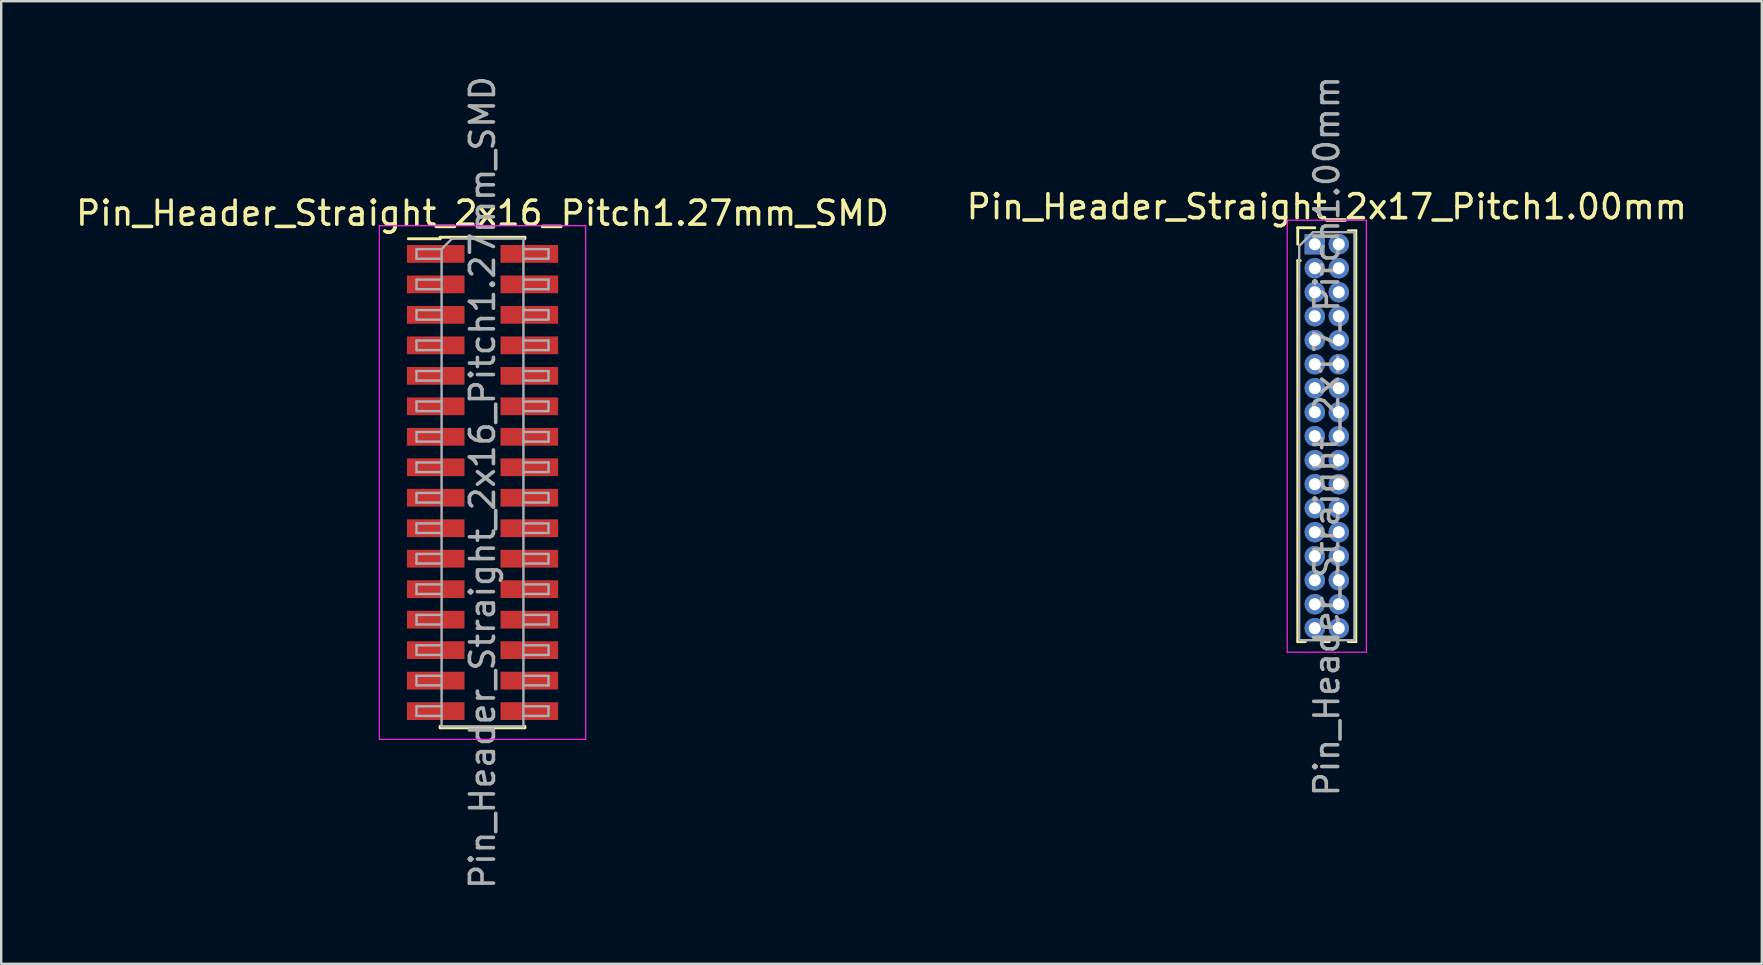
<source format=kicad_pcb>
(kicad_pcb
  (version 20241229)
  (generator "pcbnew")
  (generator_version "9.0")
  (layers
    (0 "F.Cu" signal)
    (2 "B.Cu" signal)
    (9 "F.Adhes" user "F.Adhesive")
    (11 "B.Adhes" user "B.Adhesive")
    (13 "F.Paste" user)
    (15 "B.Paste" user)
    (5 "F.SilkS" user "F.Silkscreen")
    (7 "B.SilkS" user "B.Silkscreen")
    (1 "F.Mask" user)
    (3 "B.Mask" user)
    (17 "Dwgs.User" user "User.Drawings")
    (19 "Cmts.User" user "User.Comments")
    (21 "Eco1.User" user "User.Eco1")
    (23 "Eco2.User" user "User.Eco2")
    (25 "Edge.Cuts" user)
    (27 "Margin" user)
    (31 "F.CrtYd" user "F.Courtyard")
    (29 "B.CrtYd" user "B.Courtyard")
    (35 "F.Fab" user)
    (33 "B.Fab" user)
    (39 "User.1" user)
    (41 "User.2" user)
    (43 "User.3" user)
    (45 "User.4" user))
  (footprint "Pin_Header_Straight_2x17_Pitch1.00mm"
    (layer "F.Cu")
    (at 51.732 7.125)
    (property "Reference" "Pin_Header_Straight_2x17_Pitch1.00mm" (at 0.5 -1.56 0) (layer "F.SilkS") (effects (font (size 1 1) (thickness 0.15))))
    (attr through_hole)
    (fp_line (start -0.71 -0.685) (end 0 -0.685) (stroke (width 0.12) (type solid)) (layer "F.SilkS"))
    (fp_line (start -0.71 0) (end -0.71 -0.685) (stroke (width 0.12) (type solid)) (layer "F.SilkS"))
    (fp_line (start -0.71 0.685) (end -0.71 16.56) (stroke (width 0.12) (type solid)) (layer "F.SilkS"))
    (fp_line (start -0.71 0.685) (end -0.608 0.685) (stroke (width 0.12) (type solid)) (layer "F.SilkS"))
    (fp_line (start -0.71 16.56) (end -0.394 16.56) (stroke (width 0.12) (type solid)) (layer "F.SilkS"))
    (fp_line (start 0.394 16.56) (end 0.606 16.56) (stroke (width 0.12) (type solid)) (layer "F.SilkS"))
    (fp_line (start 1.394 -0.56) (end 1.71 -0.56) (stroke (width 0.12) (type solid)) (layer "F.SilkS"))
    (fp_line (start 1.394 16.56) (end 1.71 16.56) (stroke (width 0.12) (type solid)) (layer "F.SilkS"))
    (fp_line (start 1.71 -0.56) (end 1.71 16.56) (stroke (width 0.12) (type solid)) (layer "F.SilkS"))
    (fp_line (start -1.15 -1) (end -1.15 17) (stroke (width 0.05) (type solid)) (layer "F.CrtYd"))
    (fp_line (start -1.15 17) (end 2.15 17) (stroke (width 0.05) (type solid)) (layer "F.CrtYd"))
    (fp_line (start 2.15 -1) (end -1.15 -1) (stroke (width 0.05) (type solid)) (layer "F.CrtYd"))
    (fp_line (start 2.15 17) (end 2.15 -1) (stroke (width 0.05) (type solid)) (layer "F.CrtYd"))
    (fp_line (start -0.65 0.075) (end -0.075 -0.5) (stroke (width 0.1) (type solid)) (layer "F.Fab"))
    (fp_line (start -0.65 16.5) (end -0.65 0.075) (stroke (width 0.1) (type solid)) (layer "F.Fab"))
    (fp_line (start -0.075 -0.5) (end 1.65 -0.5) (stroke (width 0.1) (type solid)) (layer "F.Fab"))
    (fp_line (start 1.65 -0.5) (end 1.65 16.5) (stroke (width 0.1) (type solid)) (layer "F.Fab"))
    (fp_line (start 1.65 16.5) (end -0.65 16.5) (stroke (width 0.1) (type solid)) (layer "F.Fab"))
    (fp_text user "${REFERENCE}" (at 0.5 8 90) (layer "F.Fab") (effects (font (size 1 1) (thickness 0.15))))
    (pad "1" thru_hole rect (at 0 0) (size 0.85 0.85) (drill 0.5) (layers "*.Cu" "*.Mask"))
    (pad "2" thru_hole oval (at 1 0) (size 0.85 0.85) (drill 0.5) (layers "*.Cu" "*.Mask"))
    (pad "3" thru_hole oval (at 0 1) (size 0.85 0.85) (drill 0.5) (layers "*.Cu" "*.Mask"))
    (pad "4" thru_hole oval (at 1 1) (size 0.85 0.85) (drill 0.5) (layers "*.Cu" "*.Mask"))
    (pad "5" thru_hole oval (at 0 2) (size 0.85 0.85) (drill 0.5) (layers "*.Cu" "*.Mask"))
    (pad "6" thru_hole oval (at 1 2) (size 0.85 0.85) (drill 0.5) (layers "*.Cu" "*.Mask"))
    (pad "7" thru_hole oval (at 0 3) (size 0.85 0.85) (drill 0.5) (layers "*.Cu" "*.Mask"))
    (pad "8" thru_hole oval (at 1 3) (size 0.85 0.85) (drill 0.5) (layers "*.Cu" "*.Mask"))
    (pad "9" thru_hole oval (at 0 4) (size 0.85 0.85) (drill 0.5) (layers "*.Cu" "*.Mask"))
    (pad "10" thru_hole oval (at 1 4) (size 0.85 0.85) (drill 0.5) (layers "*.Cu" "*.Mask"))
    (pad "11" thru_hole oval (at 0 5) (size 0.85 0.85) (drill 0.5) (layers "*.Cu" "*.Mask"))
    (pad "12" thru_hole oval (at 1 5) (size 0.85 0.85) (drill 0.5) (layers "*.Cu" "*.Mask"))
    (pad "13" thru_hole oval (at 0 6) (size 0.85 0.85) (drill 0.5) (layers "*.Cu" "*.Mask"))
    (pad "14" thru_hole oval (at 1 6) (size 0.85 0.85) (drill 0.5) (layers "*.Cu" "*.Mask"))
    (pad "15" thru_hole oval (at 0 7) (size 0.85 0.85) (drill 0.5) (layers "*.Cu" "*.Mask"))
    (pad "16" thru_hole oval (at 1 7) (size 0.85 0.85) (drill 0.5) (layers "*.Cu" "*.Mask"))
    (pad "17" thru_hole oval (at 0 8) (size 0.85 0.85) (drill 0.5) (layers "*.Cu" "*.Mask"))
    (pad "18" thru_hole oval (at 1 8) (size 0.85 0.85) (drill 0.5) (layers "*.Cu" "*.Mask"))
    (pad "19" thru_hole oval (at 0 9) (size 0.85 0.85) (drill 0.5) (layers "*.Cu" "*.Mask"))
    (pad "20" thru_hole oval (at 1 9) (size 0.85 0.85) (drill 0.5) (layers "*.Cu" "*.Mask"))
    (pad "21" thru_hole oval (at 0 10) (size 0.85 0.85) (drill 0.5) (layers "*.Cu" "*.Mask"))
    (pad "22" thru_hole oval (at 1 10) (size 0.85 0.85) (drill 0.5) (layers "*.Cu" "*.Mask"))
    (pad "23" thru_hole oval (at 0 11) (size 0.85 0.85) (drill 0.5) (layers "*.Cu" "*.Mask"))
    (pad "24" thru_hole oval (at 1 11) (size 0.85 0.85) (drill 0.5) (layers "*.Cu" "*.Mask"))
    (pad "25" thru_hole oval (at 0 12) (size 0.85 0.85) (drill 0.5) (layers "*.Cu" "*.Mask"))
    (pad "26" thru_hole oval (at 1 12) (size 0.85 0.85) (drill 0.5) (layers "*.Cu" "*.Mask"))
    (pad "27" thru_hole oval (at 0 13) (size 0.85 0.85) (drill 0.5) (layers "*.Cu" "*.Mask"))
    (pad "28" thru_hole oval (at 1 13) (size 0.85 0.85) (drill 0.5) (layers "*.Cu" "*.Mask"))
    (pad "29" thru_hole oval (at 0 14) (size 0.85 0.85) (drill 0.5) (layers "*.Cu" "*.Mask"))
    (pad "30" thru_hole oval (at 1 14) (size 0.85 0.85) (drill 0.5) (layers "*.Cu" "*.Mask"))
    (pad "31" thru_hole oval (at 0 15) (size 0.85 0.85) (drill 0.5) (layers "*.Cu" "*.Mask"))
    (pad "32" thru_hole oval (at 1 15) (size 0.85 0.85) (drill 0.5) (layers "*.Cu" "*.Mask"))
    (pad "33" thru_hole oval (at 0 16) (size 0.85 0.85) (drill 0.5) (layers "*.Cu" "*.Mask"))
    (pad "34" thru_hole oval (at 1 16) (size 0.85 0.85) (drill 0.5) (layers "*.Cu" "*.Mask")))
  (footprint "Pin_Header_Straight_2x16_Pitch1.27mm_SMD"
    (layer "F.Cu")
    (at 17.054 17.054)
    (property "Reference" "Pin_Header_Straight_2x16_Pitch1.27mm_SMD" (at 0 -11.22 0) (layer "F.SilkS") (effects (font (size 1 1) (thickness 0.15))))
    (attr smd)
    (fp_line (start -3.09 -10.155) (end -1.765 -10.155) (stroke (width 0.12) (type solid)) (layer "F.SilkS"))
    (fp_line (start -1.765 -10.22) (end -1.765 -10.155) (stroke (width 0.12) (type solid)) (layer "F.SilkS"))
    (fp_line (start -1.765 -10.22) (end 1.765 -10.22) (stroke (width 0.12) (type solid)) (layer "F.SilkS"))
    (fp_line (start -1.765 10.155) (end -1.765 10.22) (stroke (width 0.12) (type solid)) (layer "F.SilkS"))
    (fp_line (start -1.765 10.22) (end 1.765 10.22) (stroke (width 0.12) (type solid)) (layer "F.SilkS"))
    (fp_line (start 1.765 -10.22) (end 1.765 -10.155) (stroke (width 0.12) (type solid)) (layer "F.SilkS"))
    (fp_line (start 1.765 10.155) (end 1.765 10.22) (stroke (width 0.12) (type solid)) (layer "F.SilkS"))
    (fp_line (start -4.3 -10.7) (end -4.3 10.7) (stroke (width 0.05) (type solid)) (layer "F.CrtYd"))
    (fp_line (start -4.3 10.7) (end 4.3 10.7) (stroke (width 0.05) (type solid)) (layer "F.CrtYd"))
    (fp_line (start 4.3 -10.7) (end -4.3 -10.7) (stroke (width 0.05) (type solid)) (layer "F.CrtYd"))
    (fp_line (start 4.3 10.7) (end 4.3 -10.7) (stroke (width 0.05) (type solid)) (layer "F.CrtYd"))
    (fp_line (start -2.75 -9.725) (end -2.75 -9.325) (stroke (width 0.1) (type solid)) (layer "F.Fab"))
    (fp_line (start -2.75 -9.325) (end -1.705 -9.325) (stroke (width 0.1) (type solid)) (layer "F.Fab"))
    (fp_line (start -2.75 -8.455) (end -2.75 -8.055) (stroke (width 0.1) (type solid)) (layer "F.Fab"))
    (fp_line (start -2.75 -8.055) (end -1.705 -8.055) (stroke (width 0.1) (type solid)) (layer "F.Fab"))
    (fp_line (start -2.75 -7.185) (end -2.75 -6.785) (stroke (width 0.1) (type solid)) (layer "F.Fab"))
    (fp_line (start -2.75 -6.785) (end -1.705 -6.785) (stroke (width 0.1) (type solid)) (layer "F.Fab"))
    (fp_line (start -2.75 -5.915) (end -2.75 -5.515) (stroke (width 0.1) (type solid)) (layer "F.Fab"))
    (fp_line (start -2.75 -5.515) (end -1.705 -5.515) (stroke (width 0.1) (type solid)) (layer "F.Fab"))
    (fp_line (start -2.75 -4.645) (end -2.75 -4.245) (stroke (width 0.1) (type solid)) (layer "F.Fab"))
    (fp_line (start -2.75 -4.245) (end -1.705 -4.245) (stroke (width 0.1) (type solid)) (layer "F.Fab"))
    (fp_line (start -2.75 -3.375) (end -2.75 -2.975) (stroke (width 0.1) (type solid)) (layer "F.Fab"))
    (fp_line (start -2.75 -2.975) (end -1.705 -2.975) (stroke (width 0.1) (type solid)) (layer "F.Fab"))
    (fp_line (start -2.75 -2.105) (end -2.75 -1.705) (stroke (width 0.1) (type solid)) (layer "F.Fab"))
    (fp_line (start -2.75 -1.705) (end -1.705 -1.705) (stroke (width 0.1) (type solid)) (layer "F.Fab"))
    (fp_line (start -2.75 -0.835) (end -2.75 -0.435) (stroke (width 0.1) (type solid)) (layer "F.Fab"))
    (fp_line (start -2.75 -0.435) (end -1.705 -0.435) (stroke (width 0.1) (type solid)) (layer "F.Fab"))
    (fp_line (start -2.75 0.435) (end -2.75 0.835) (stroke (width 0.1) (type solid)) (layer "F.Fab"))
    (fp_line (start -2.75 0.835) (end -1.705 0.835) (stroke (width 0.1) (type solid)) (layer "F.Fab"))
    (fp_line (start -2.75 1.705) (end -2.75 2.105) (stroke (width 0.1) (type solid)) (layer "F.Fab"))
    (fp_line (start -2.75 2.105) (end -1.705 2.105) (stroke (width 0.1) (type solid)) (layer "F.Fab"))
    (fp_line (start -2.75 2.975) (end -2.75 3.375) (stroke (width 0.1) (type solid)) (layer "F.Fab"))
    (fp_line (start -2.75 3.375) (end -1.705 3.375) (stroke (width 0.1) (type solid)) (layer "F.Fab"))
    (fp_line (start -2.75 4.245) (end -2.75 4.645) (stroke (width 0.1) (type solid)) (layer "F.Fab"))
    (fp_line (start -2.75 4.645) (end -1.705 4.645) (stroke (width 0.1) (type solid)) (layer "F.Fab"))
    (fp_line (start -2.75 5.515) (end -2.75 5.915) (stroke (width 0.1) (type solid)) (layer "F.Fab"))
    (fp_line (start -2.75 5.915) (end -1.705 5.915) (stroke (width 0.1) (type solid)) (layer "F.Fab"))
    (fp_line (start -2.75 6.785) (end -2.75 7.185) (stroke (width 0.1) (type solid)) (layer "F.Fab"))
    (fp_line (start -2.75 7.185) (end -1.705 7.185) (stroke (width 0.1) (type solid)) (layer "F.Fab"))
    (fp_line (start -2.75 8.055) (end -2.75 8.455) (stroke (width 0.1) (type solid)) (layer "F.Fab"))
    (fp_line (start -2.75 8.455) (end -1.705 8.455) (stroke (width 0.1) (type solid)) (layer "F.Fab"))
    (fp_line (start -2.75 9.325) (end -2.75 9.725) (stroke (width 0.1) (type solid)) (layer "F.Fab"))
    (fp_line (start -2.75 9.725) (end -1.705 9.725) (stroke (width 0.1) (type solid)) (layer "F.Fab"))
    (fp_line (start -1.705 -9.725) (end -2.75 -9.725) (stroke (width 0.1) (type solid)) (layer "F.Fab"))
    (fp_line (start -1.705 -9.725) (end -1.27 -10.16) (stroke (width 0.1) (type solid)) (layer "F.Fab"))
    (fp_line (start -1.705 -8.455) (end -2.75 -8.455) (stroke (width 0.1) (type solid)) (layer "F.Fab"))
    (fp_line (start -1.705 -7.185) (end -2.75 -7.185) (stroke (width 0.1) (type solid)) (layer "F.Fab"))
    (fp_line (start -1.705 -5.915) (end -2.75 -5.915) (stroke (width 0.1) (type solid)) (layer "F.Fab"))
    (fp_line (start -1.705 -4.645) (end -2.75 -4.645) (stroke (width 0.1) (type solid)) (layer "F.Fab"))
    (fp_line (start -1.705 -3.375) (end -2.75 -3.375) (stroke (width 0.1) (type solid)) (layer "F.Fab"))
    (fp_line (start -1.705 -2.105) (end -2.75 -2.105) (stroke (width 0.1) (type solid)) (layer "F.Fab"))
    (fp_line (start -1.705 -0.835) (end -2.75 -0.835) (stroke (width 0.1) (type solid)) (layer "F.Fab"))
    (fp_line (start -1.705 0.435) (end -2.75 0.435) (stroke (width 0.1) (type solid)) (layer "F.Fab"))
    (fp_line (start -1.705 1.705) (end -2.75 1.705) (stroke (width 0.1) (type solid)) (layer "F.Fab"))
    (fp_line (start -1.705 2.975) (end -2.75 2.975) (stroke (width 0.1) (type solid)) (layer "F.Fab"))
    (fp_line (start -1.705 4.245) (end -2.75 4.245) (stroke (width 0.1) (type solid)) (layer "F.Fab"))
    (fp_line (start -1.705 5.515) (end -2.75 5.515) (stroke (width 0.1) (type solid)) (layer "F.Fab"))
    (fp_line (start -1.705 6.785) (end -2.75 6.785) (stroke (width 0.1) (type solid)) (layer "F.Fab"))
    (fp_line (start -1.705 8.055) (end -2.75 8.055) (stroke (width 0.1) (type solid)) (layer "F.Fab"))
    (fp_line (start -1.705 9.325) (end -2.75 9.325) (stroke (width 0.1) (type solid)) (layer "F.Fab"))
    (fp_line (start -1.705 10.16) (end -1.705 -9.725) (stroke (width 0.1) (type solid)) (layer "F.Fab"))
    (fp_line (start -1.27 -10.16) (end 1.705 -10.16) (stroke (width 0.1) (type solid)) (layer "F.Fab"))
    (fp_line (start 1.705 -10.16) (end 1.705 10.16) (stroke (width 0.1) (type solid)) (layer "F.Fab"))
    (fp_line (start 1.705 -9.725) (end 2.75 -9.725) (stroke (width 0.1) (type solid)) (layer "F.Fab"))
    (fp_line (start 1.705 -8.455) (end 2.75 -8.455) (stroke (width 0.1) (type solid)) (layer "F.Fab"))
    (fp_line (start 1.705 -7.185) (end 2.75 -7.185) (stroke (width 0.1) (type solid)) (layer "F.Fab"))
    (fp_line (start 1.705 -5.915) (end 2.75 -5.915) (stroke (width 0.1) (type solid)) (layer "F.Fab"))
    (fp_line (start 1.705 -4.645) (end 2.75 -4.645) (stroke (width 0.1) (type solid)) (layer "F.Fab"))
    (fp_line (start 1.705 -3.375) (end 2.75 -3.375) (stroke (width 0.1) (type solid)) (layer "F.Fab"))
    (fp_line (start 1.705 -2.105) (end 2.75 -2.105) (stroke (width 0.1) (type solid)) (layer "F.Fab"))
    (fp_line (start 1.705 -0.835) (end 2.75 -0.835) (stroke (width 0.1) (type solid)) (layer "F.Fab"))
    (fp_line (start 1.705 0.435) (end 2.75 0.435) (stroke (width 0.1) (type solid)) (layer "F.Fab"))
    (fp_line (start 1.705 1.705) (end 2.75 1.705) (stroke (width 0.1) (type solid)) (layer "F.Fab"))
    (fp_line (start 1.705 2.975) (end 2.75 2.975) (stroke (width 0.1) (type solid)) (layer "F.Fab"))
    (fp_line (start 1.705 4.245) (end 2.75 4.245) (stroke (width 0.1) (type solid)) (layer "F.Fab"))
    (fp_line (start 1.705 5.515) (end 2.75 5.515) (stroke (width 0.1) (type solid)) (layer "F.Fab"))
    (fp_line (start 1.705 6.785) (end 2.75 6.785) (stroke (width 0.1) (type solid)) (layer "F.Fab"))
    (fp_line (start 1.705 8.055) (end 2.75 8.055) (stroke (width 0.1) (type solid)) (layer "F.Fab"))
    (fp_line (start 1.705 9.325) (end 2.75 9.325) (stroke (width 0.1) (type solid)) (layer "F.Fab"))
    (fp_line (start 1.705 10.16) (end -1.705 10.16) (stroke (width 0.1) (type solid)) (layer "F.Fab"))
    (fp_line (start 2.75 -9.725) (end 2.75 -9.325) (stroke (width 0.1) (type solid)) (layer "F.Fab"))
    (fp_line (start 2.75 -9.325) (end 1.705 -9.325) (stroke (width 0.1) (type solid)) (layer "F.Fab"))
    (fp_line (start 2.75 -8.455) (end 2.75 -8.055) (stroke (width 0.1) (type solid)) (layer "F.Fab"))
    (fp_line (start 2.75 -8.055) (end 1.705 -8.055) (stroke (width 0.1) (type solid)) (layer "F.Fab"))
    (fp_line (start 2.75 -7.185) (end 2.75 -6.785) (stroke (width 0.1) (type solid)) (layer "F.Fab"))
    (fp_line (start 2.75 -6.785) (end 1.705 -6.785) (stroke (width 0.1) (type solid)) (layer "F.Fab"))
    (fp_line (start 2.75 -5.915) (end 2.75 -5.515) (stroke (width 0.1) (type solid)) (layer "F.Fab"))
    (fp_line (start 2.75 -5.515) (end 1.705 -5.515) (stroke (width 0.1) (type solid)) (layer "F.Fab"))
    (fp_line (start 2.75 -4.645) (end 2.75 -4.245) (stroke (width 0.1) (type solid)) (layer "F.Fab"))
    (fp_line (start 2.75 -4.245) (end 1.705 -4.245) (stroke (width 0.1) (type solid)) (layer "F.Fab"))
    (fp_line (start 2.75 -3.375) (end 2.75 -2.975) (stroke (width 0.1) (type solid)) (layer "F.Fab"))
    (fp_line (start 2.75 -2.975) (end 1.705 -2.975) (stroke (width 0.1) (type solid)) (layer "F.Fab"))
    (fp_line (start 2.75 -2.105) (end 2.75 -1.705) (stroke (width 0.1) (type solid)) (layer "F.Fab"))
    (fp_line (start 2.75 -1.705) (end 1.705 -1.705) (stroke (width 0.1) (type solid)) (layer "F.Fab"))
    (fp_line (start 2.75 -0.835) (end 2.75 -0.435) (stroke (width 0.1) (type solid)) (layer "F.Fab"))
    (fp_line (start 2.75 -0.435) (end 1.705 -0.435) (stroke (width 0.1) (type solid)) (layer "F.Fab"))
    (fp_line (start 2.75 0.435) (end 2.75 0.835) (stroke (width 0.1) (type solid)) (layer "F.Fab"))
    (fp_line (start 2.75 0.835) (end 1.705 0.835) (stroke (width 0.1) (type solid)) (layer "F.Fab"))
    (fp_line (start 2.75 1.705) (end 2.75 2.105) (stroke (width 0.1) (type solid)) (layer "F.Fab"))
    (fp_line (start 2.75 2.105) (end 1.705 2.105) (stroke (width 0.1) (type solid)) (layer "F.Fab"))
    (fp_line (start 2.75 2.975) (end 2.75 3.375) (stroke (width 0.1) (type solid)) (layer "F.Fab"))
    (fp_line (start 2.75 3.375) (end 1.705 3.375) (stroke (width 0.1) (type solid)) (layer "F.Fab"))
    (fp_line (start 2.75 4.245) (end 2.75 4.645) (stroke (width 0.1) (type solid)) (layer "F.Fab"))
    (fp_line (start 2.75 4.645) (end 1.705 4.645) (stroke (width 0.1) (type solid)) (layer "F.Fab"))
    (fp_line (start 2.75 5.515) (end 2.75 5.915) (stroke (width 0.1) (type solid)) (layer "F.Fab"))
    (fp_line (start 2.75 5.915) (end 1.705 5.915) (stroke (width 0.1) (type solid)) (layer "F.Fab"))
    (fp_line (start 2.75 6.785) (end 2.75 7.185) (stroke (width 0.1) (type solid)) (layer "F.Fab"))
    (fp_line (start 2.75 7.185) (end 1.705 7.185) (stroke (width 0.1) (type solid)) (layer "F.Fab"))
    (fp_line (start 2.75 8.055) (end 2.75 8.455) (stroke (width 0.1) (type solid)) (layer "F.Fab"))
    (fp_line (start 2.75 8.455) (end 1.705 8.455) (stroke (width 0.1) (type solid)) (layer "F.Fab"))
    (fp_line (start 2.75 9.325) (end 2.75 9.725) (stroke (width 0.1) (type solid)) (layer "F.Fab"))
    (fp_line (start 2.75 9.725) (end 1.705 9.725) (stroke (width 0.1) (type solid)) (layer "F.Fab"))
    (fp_text user "${REFERENCE}" (at 0 0 90) (layer "F.Fab") (effects (font (size 1 1) (thickness 0.15))))
    (pad "1" smd rect (at -1.95 -9.525) (size 2.4 0.74) (layers "F.Cu" "F.Mask" "F.Paste"))
    (pad "2" smd rect (at 1.95 -9.525) (size 2.4 0.74) (layers "F.Cu" "F.Mask" "F.Paste"))
    (pad "3" smd rect (at -1.95 -8.255) (size 2.4 0.74) (layers "F.Cu" "F.Mask" "F.Paste"))
    (pad "4" smd rect (at 1.95 -8.255) (size 2.4 0.74) (layers "F.Cu" "F.Mask" "F.Paste"))
    (pad "5" smd rect (at -1.95 -6.985) (size 2.4 0.74) (layers "F.Cu" "F.Mask" "F.Paste"))
    (pad "6" smd rect (at 1.95 -6.985) (size 2.4 0.74) (layers "F.Cu" "F.Mask" "F.Paste"))
    (pad "7" smd rect (at -1.95 -5.715) (size 2.4 0.74) (layers "F.Cu" "F.Mask" "F.Paste"))
    (pad "8" smd rect (at 1.95 -5.715) (size 2.4 0.74) (layers "F.Cu" "F.Mask" "F.Paste"))
    (pad "9" smd rect (at -1.95 -4.445) (size 2.4 0.74) (layers "F.Cu" "F.Mask" "F.Paste"))
    (pad "10" smd rect (at 1.95 -4.445) (size 2.4 0.74) (layers "F.Cu" "F.Mask" "F.Paste"))
    (pad "11" smd rect (at -1.95 -3.175) (size 2.4 0.74) (layers "F.Cu" "F.Mask" "F.Paste"))
    (pad "12" smd rect (at 1.95 -3.175) (size 2.4 0.74) (layers "F.Cu" "F.Mask" "F.Paste"))
    (pad "13" smd rect (at -1.95 -1.905) (size 2.4 0.74) (layers "F.Cu" "F.Mask" "F.Paste"))
    (pad "14" smd rect (at 1.95 -1.905) (size 2.4 0.74) (layers "F.Cu" "F.Mask" "F.Paste"))
    (pad "15" smd rect (at -1.95 -0.635) (size 2.4 0.74) (layers "F.Cu" "F.Mask" "F.Paste"))
    (pad "16" smd rect (at 1.95 -0.635) (size 2.4 0.74) (layers "F.Cu" "F.Mask" "F.Paste"))
    (pad "17" smd rect (at -1.95 0.635) (size 2.4 0.74) (layers "F.Cu" "F.Mask" "F.Paste"))
    (pad "18" smd rect (at 1.95 0.635) (size 2.4 0.74) (layers "F.Cu" "F.Mask" "F.Paste"))
    (pad "19" smd rect (at -1.95 1.905) (size 2.4 0.74) (layers "F.Cu" "F.Mask" "F.Paste"))
    (pad "20" smd rect (at 1.95 1.905) (size 2.4 0.74) (layers "F.Cu" "F.Mask" "F.Paste"))
    (pad "21" smd rect (at -1.95 3.175) (size 2.4 0.74) (layers "F.Cu" "F.Mask" "F.Paste"))
    (pad "22" smd rect (at 1.95 3.175) (size 2.4 0.74) (layers "F.Cu" "F.Mask" "F.Paste"))
    (pad "23" smd rect (at -1.95 4.445) (size 2.4 0.74) (layers "F.Cu" "F.Mask" "F.Paste"))
    (pad "24" smd rect (at 1.95 4.445) (size 2.4 0.74) (layers "F.Cu" "F.Mask" "F.Paste"))
    (pad "25" smd rect (at -1.95 5.715) (size 2.4 0.74) (layers "F.Cu" "F.Mask" "F.Paste"))
    (pad "26" smd rect (at 1.95 5.715) (size 2.4 0.74) (layers "F.Cu" "F.Mask" "F.Paste"))
    (pad "27" smd rect (at -1.95 6.985) (size 2.4 0.74) (layers "F.Cu" "F.Mask" "F.Paste"))
    (pad "28" smd rect (at 1.95 6.985) (size 2.4 0.74) (layers "F.Cu" "F.Mask" "F.Paste"))
    (pad "29" smd rect (at -1.95 8.255) (size 2.4 0.74) (layers "F.Cu" "F.Mask" "F.Paste"))
    (pad "30" smd rect (at 1.95 8.255) (size 2.4 0.74) (layers "F.Cu" "F.Mask" "F.Paste"))
    (pad "31" smd rect (at -1.95 9.525) (size 2.4 0.74) (layers "F.Cu" "F.Mask" "F.Paste"))
    (pad "32" smd rect (at 1.95 9.525) (size 2.4 0.74) (layers "F.Cu" "F.Mask" "F.Paste")))
  (gr_rect
    (start -3 -3)
    (end 70.357 37.107)
    (stroke (width 0.1) (type default))
    (fill no)
    (layer "Edge.Cuts")))
</source>
